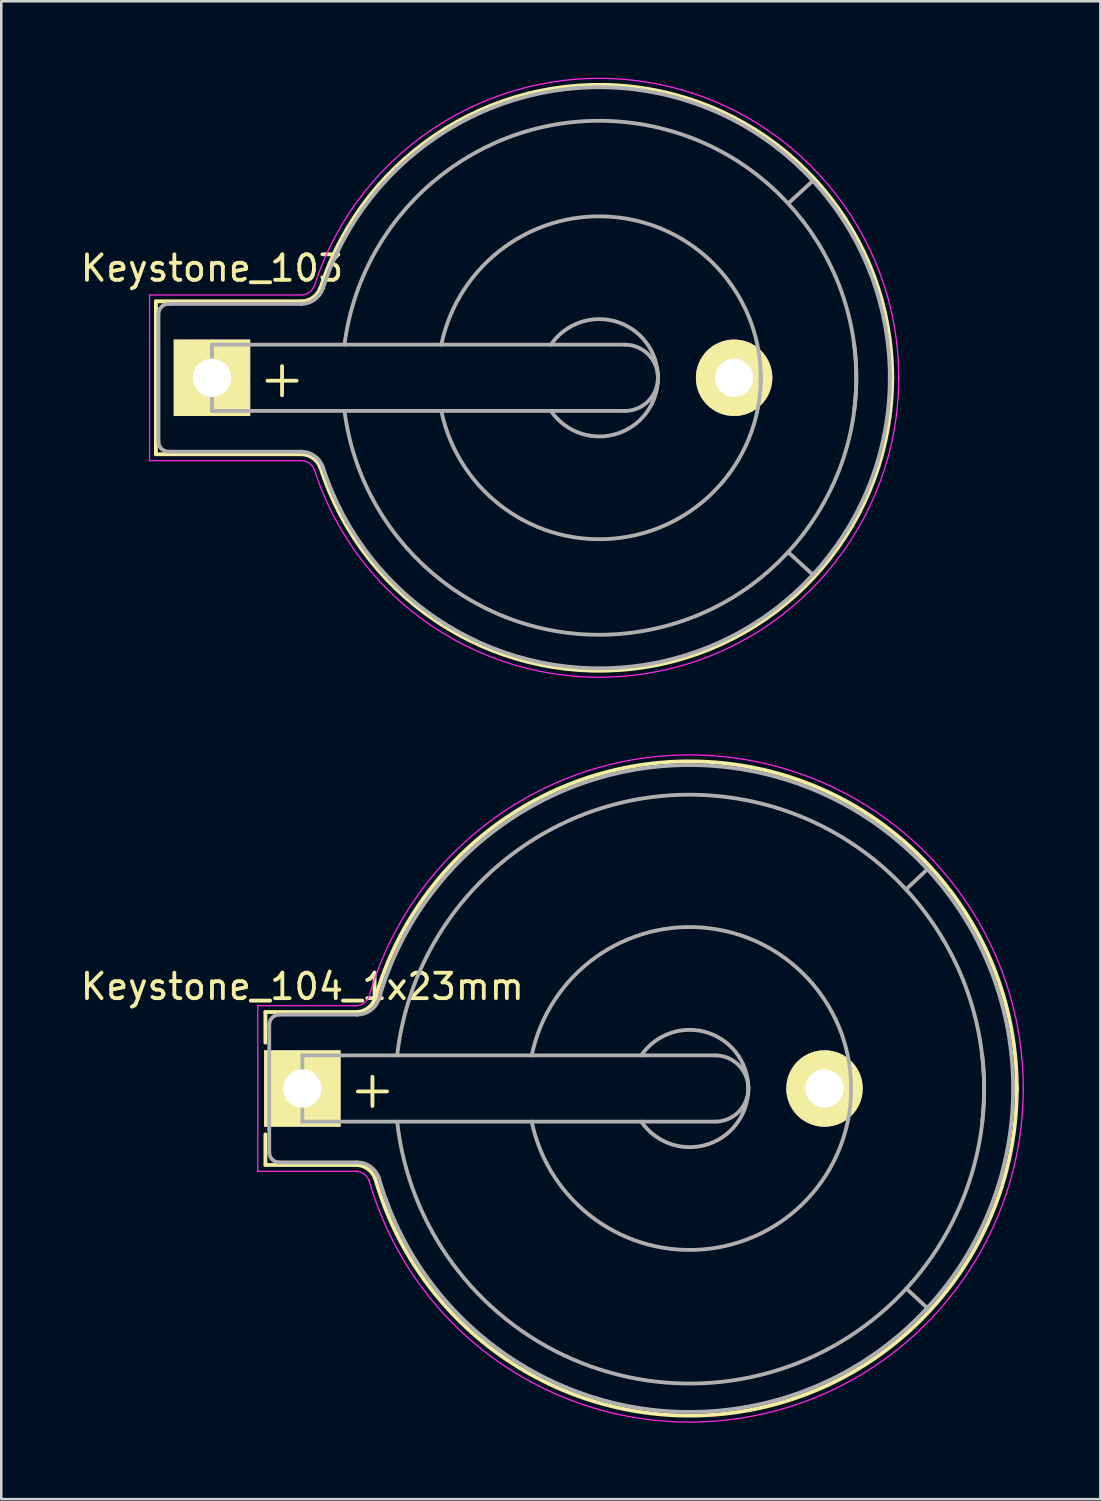
<source format=kicad_pcb>
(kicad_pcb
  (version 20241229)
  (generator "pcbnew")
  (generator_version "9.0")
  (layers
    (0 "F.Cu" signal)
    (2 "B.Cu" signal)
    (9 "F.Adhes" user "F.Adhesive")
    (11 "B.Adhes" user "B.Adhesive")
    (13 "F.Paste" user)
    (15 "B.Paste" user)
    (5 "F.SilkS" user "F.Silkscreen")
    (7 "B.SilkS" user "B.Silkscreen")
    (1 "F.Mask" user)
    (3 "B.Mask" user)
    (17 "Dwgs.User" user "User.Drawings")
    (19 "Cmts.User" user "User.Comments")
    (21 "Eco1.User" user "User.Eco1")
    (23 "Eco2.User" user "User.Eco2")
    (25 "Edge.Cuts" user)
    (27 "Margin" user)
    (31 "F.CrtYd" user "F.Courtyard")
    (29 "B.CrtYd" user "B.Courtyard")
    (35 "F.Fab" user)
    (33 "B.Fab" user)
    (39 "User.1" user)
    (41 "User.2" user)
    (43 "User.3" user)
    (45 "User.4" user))
  (footprint "Keystone_104_1x23mm"
    (layer "F.Cu")
    (at 8.815 39.665)
    (property "Reference" "Keystone_104_1x23mm" (at 0 -4 0) (layer "F.SilkS") (effects (font (size 1 1) (thickness 0.15))))
    (attr through_hole)
    (fp_line (start -1.45 -3) (end 2.15 -3) (stroke (width 0.15) (type solid)) (layer "F.SilkS"))
    (fp_line (start -1.45 -1.8) (end -1.45 -3) (stroke (width 0.15) (type solid)) (layer "F.SilkS"))
    (fp_line (start -1.45 1.8) (end -1.45 3) (stroke (width 0.15) (type solid)) (layer "F.SilkS"))
    (fp_line (start -1.45 3) (end 2.15 3) (stroke (width 0.15) (type solid)) (layer "F.SilkS"))
    (fp_arc (start 2.1 3) (mid 2.558861 3.144678) (end 2.851754 3.526384) (stroke (width 0.15) (type solid)) (layer "F.SilkS"))
    (fp_arc (start 2.85 -3.5) (mid 17.002622 -12.709172) (end 28.03617 0.072313) (stroke (width 0.15) (type solid)) (layer "F.SilkS"))
    (fp_arc (start 2.851754 -3.526384) (mid 2.558861 -3.144678) (end 2.1 -3) (stroke (width 0.15) (type solid)) (layer "F.SilkS"))
    (fp_arc (start 28.03617 -0.072313) (mid 17.002622 12.709172) (end 2.85 3.5) (stroke (width 0.15) (type solid)) (layer "F.SilkS"))
    (fp_line (start -1.75 -3.25) (end 2.15 -3.25) (stroke (width 0.05) (type solid)) (layer "F.CrtYd"))
    (fp_line (start -1.75 3.25) (end -1.75 -3.25) (stroke (width 0.05) (type solid)) (layer "F.CrtYd"))
    (fp_line (start -1.75 3.25) (end 2.15 3.25) (stroke (width 0.05) (type solid)) (layer "F.CrtYd"))
    (fp_arc (start 2.1 3.25) (mid 2.415467 3.349466) (end 2.616831 3.611889) (stroke (width 0.05) (type solid)) (layer "F.CrtYd"))
    (fp_arc (start 2.615 -3.6) (mid 17.013472 -12.963547) (end 28.289773 -0.008354) (stroke (width 0.05) (type solid)) (layer "F.CrtYd"))
    (fp_arc (start 2.616831 -3.611889) (mid 2.415467 -3.349466) (end 2.1 -3.25) (stroke (width 0.05) (type solid)) (layer "F.CrtYd"))
    (fp_arc (start 28.289773 0.008354) (mid 17.013472 12.963547) (end 2.615 3.6) (stroke (width 0.05) (type solid)) (layer "F.CrtYd"))
    (fp_line (start -1.3 -2.5) (end -1.3 2.5) (stroke (width 0.15) (type solid)) (layer "F.Fab"))
    (fp_line (start -0.9 2.9) (end 2.15 2.9) (stroke (width 0.15) (type solid)) (layer "F.Fab"))
    (fp_line (start 0 -1.3) (end 0 1.3) (stroke (width 0.15) (type solid)) (layer "F.Fab"))
    (fp_line (start 0 1.3) (end 16.2 1.3) (stroke (width 0.15) (type solid)) (layer "F.Fab"))
    (fp_line (start 2.15 -2.9) (end -0.9 -2.9) (stroke (width 0.15) (type solid)) (layer "F.Fab"))
    (fp_line (start 16.2 -1.3) (end 0 -1.3) (stroke (width 0.15) (type solid)) (layer "F.Fab"))
    (fp_line (start 23.698 7.849) (end 24.526 8.613) (stroke (width 0.15) (type solid)) (layer "F.Fab"))
    (fp_line (start 23.724 -7.849) (end 24.526 -8.601) (stroke (width 0.15) (type solid)) (layer "F.Fab"))
    (fp_arc (start -1.3 -2.5) (mid -1.182843 -2.782843) (end -0.9 -2.9) (stroke (width 0.15) (type solid)) (layer "F.Fab"))
    (fp_arc (start -0.9 2.9) (mid -1.182843 2.782843) (end -1.3 2.5) (stroke (width 0.15) (type solid)) (layer "F.Fab"))
    (fp_arc (start 2.15 2.9) (mid 2.666219 3.062763) (end 2.995723 3.492182) (stroke (width 0.15) (type solid)) (layer "F.Fab"))
    (fp_arc (start 2.995723 -3.492182) (mid 2.666219 -3.062763) (end 2.15 -2.9) (stroke (width 0.15) (type solid)) (layer "F.Fab"))
    (fp_arc (start 3 -3.5) (mid 16.968026 -12.568376) (end 27.892123 0.00164) (stroke (width 0.15) (type solid)) (layer "F.Fab"))
    (fp_arc (start 3.72 -1.3) (mid 16.5 -11.48) (end 26.68 1.3) (stroke (width 0.15) (type solid)) (layer "F.Fab"))
    (fp_arc (start 9 -1.3) (mid 15.954687 -6.28971) (end 21.531551 0.203631) (stroke (width 0.15) (type solid)) (layer "F.Fab"))
    (fp_arc (start 13.3 -1.3) (mid 15.963947 -2.171724) (end 17.495448 0.175833) (stroke (width 0.15) (type solid)) (layer "F.Fab"))
    (fp_arc (start 16.2 -1.3) (mid 17.5 0) (end 16.2 1.3) (stroke (width 0.15) (type solid)) (layer "F.Fab"))
    (fp_arc (start 17.495448 -0.175833) (mid 15.963947 2.171724) (end 13.3 1.3) (stroke (width 0.15) (type solid)) (layer "F.Fab"))
    (fp_arc (start 21.531551 -0.203631) (mid 15.954687 6.28971) (end 9 1.3) (stroke (width 0.15) (type solid)) (layer "F.Fab"))
    (fp_arc (start 26.68 -1.3) (mid 16.5 11.48) (end 3.72 1.3) (stroke (width 0.15) (type solid)) (layer "F.Fab"))
    (fp_arc (start 27.892123 -0.00164) (mid 16.968026 12.568376) (end 3 3.5) (stroke (width 0.15) (type solid)) (layer "F.Fab"))
    (fp_text user "+" (at 2.75 0 0) (layer "F.SilkS") (effects (font (size 1.5 1.5) (thickness 0.15))))
    (pad "1" thru_hole rect (at 0 0) (size 3 3) (drill 1.5) (layers "*.Cu" "*.Mask" "F.SilkS"))
    (pad "2" thru_hole circle (at 20.49 0) (size 3 3) (drill 1.5) (layers "*.Cu" "*.Mask" "F.SilkS")))
  (footprint "Keystone_103"
    (layer "F.Cu")
    (at 5.268 11.775)
    (property "Reference" "Keystone_103" (at 0 -4.3 0) (layer "F.SilkS") (effects (font (size 1 1) (thickness 0.15))))
    (attr through_hole)
    (fp_line (start -2.2 -3) (end 3.5 -3) (stroke (width 0.15) (type solid)) (layer "F.SilkS"))
    (fp_line (start -2.2 3) (end -2.2 -3) (stroke (width 0.15) (type solid)) (layer "F.SilkS"))
    (fp_line (start -2.2 3) (end 3.5 3) (stroke (width 0.15) (type solid)) (layer "F.SilkS"))
    (fp_arc (start 3.5 3) (mid 3.958861 3.144678) (end 4.251754 3.526384) (stroke (width 0.15) (type solid)) (layer "F.SilkS"))
    (fp_arc (start 4.25 -3.5) (mid 16.993514 -11.35499) (end 26.695671 0.045281) (stroke (width 0.15) (type solid)) (layer "F.SilkS"))
    (fp_arc (start 4.251754 -3.526384) (mid 3.958861 -3.144678) (end 3.5 -3) (stroke (width 0.15) (type solid)) (layer "F.SilkS"))
    (fp_arc (start 26.695671 -0.045281) (mid 16.993514 11.35499) (end 4.25 3.5) (stroke (width 0.15) (type solid)) (layer "F.SilkS"))
    (fp_line (start -2.45 -3.25) (end 3.5 -3.25) (stroke (width 0.05) (type solid)) (layer "F.CrtYd"))
    (fp_line (start -2.45 3.25) (end -2.45 -3.25) (stroke (width 0.05) (type solid)) (layer "F.CrtYd"))
    (fp_line (start -2.45 3.25) (end 3.5 3.25) (stroke (width 0.05) (type solid)) (layer "F.CrtYd"))
    (fp_arc (start 3.5 3.25) (mid 3.815467 3.349466) (end 4.016831 3.611889) (stroke (width 0.05) (type solid)) (layer "F.CrtYd"))
    (fp_arc (start 4.015 -3.6) (mid 17.056602 -11.602468) (end 26.949865 0.069987) (stroke (width 0.05) (type solid)) (layer "F.CrtYd"))
    (fp_arc (start 4.016831 -3.611889) (mid 3.815467 -3.349466) (end 3.5 -3.25) (stroke (width 0.05) (type solid)) (layer "F.CrtYd"))
    (fp_arc (start 26.949865 -0.069987) (mid 17.056602 11.602468) (end 4.015 3.6) (stroke (width 0.05) (type solid)) (layer "F.CrtYd"))
    (fp_line (start -2.1 -2.5) (end -2.1 2.5) (stroke (width 0.15) (type solid)) (layer "F.Fab"))
    (fp_line (start -1.7 2.9) (end 3.531 2.9) (stroke (width 0.15) (type solid)) (layer "F.Fab"))
    (fp_line (start 0 -1.3) (end 0 1.3) (stroke (width 0.15) (type solid)) (layer "F.Fab"))
    (fp_line (start 0 1.3) (end 16.2 1.3) (stroke (width 0.15) (type solid)) (layer "F.Fab"))
    (fp_line (start 3.531 -2.9) (end -1.7 -2.9) (stroke (width 0.15) (type solid)) (layer "F.Fab"))
    (fp_line (start 16.2 -1.3) (end 0 -1.3) (stroke (width 0.15) (type solid)) (layer "F.Fab"))
    (fp_line (start 23.571 -7.722) (end 22.631 -6.858) (stroke (width 0.15) (type solid)) (layer "F.Fab"))
    (fp_line (start 23.571 7.722) (end 22.657 6.883) (stroke (width 0.15) (type solid)) (layer "F.Fab"))
    (fp_arc (start -2.1 -2.5) (mid -1.982843 -2.782843) (end -1.7 -2.9) (stroke (width 0.15) (type solid)) (layer "F.Fab"))
    (fp_arc (start -1.7 2.9) (mid -1.982843 2.782843) (end -2.1 2.5) (stroke (width 0.15) (type solid)) (layer "F.Fab"))
    (fp_arc (start 3.5 2.9) (mid 4.016219 3.062763) (end 4.345723 3.492182) (stroke (width 0.15) (type solid)) (layer "F.Fab"))
    (fp_arc (start 4.345723 -3.492182) (mid 4.016219 -3.062763) (end 3.5 -2.9) (stroke (width 0.15) (type solid)) (layer "F.Fab"))
    (fp_arc (start 4.35 -3.5) (mid 17.008726 -11.256154) (end 26.600299 0.075351) (stroke (width 0.15) (type solid)) (layer "F.Fab"))
    (fp_arc (start 5.2 -1.3) (mid 16.5 -10) (end 25.2 1.3) (stroke (width 0.15) (type solid)) (layer "F.Fab"))
    (fp_arc (start 9 -1.3) (mid 15.954687 -6.28971) (end 21.531551 0.203631) (stroke (width 0.15) (type solid)) (layer "F.Fab"))
    (fp_arc (start 13.3 -1.3) (mid 15.963947 -2.171724) (end 17.495448 0.175833) (stroke (width 0.15) (type solid)) (layer "F.Fab"))
    (fp_arc (start 16.2 -1.3) (mid 17.5 0) (end 16.2 1.3) (stroke (width 0.15) (type solid)) (layer "F.Fab"))
    (fp_arc (start 17.495448 -0.175833) (mid 15.963947 2.171724) (end 13.3 1.3) (stroke (width 0.15) (type solid)) (layer "F.Fab"))
    (fp_arc (start 21.531551 -0.203631) (mid 15.954687 6.28971) (end 9 1.3) (stroke (width 0.15) (type solid)) (layer "F.Fab"))
    (fp_arc (start 25.2 -1.3) (mid 16.5 10) (end 5.2 1.3) (stroke (width 0.15) (type solid)) (layer "F.Fab"))
    (fp_arc (start 26.600299 -0.075351) (mid 17.008726 11.256154) (end 4.35 3.5) (stroke (width 0.15) (type solid)) (layer "F.Fab"))
    (fp_text user "+" (at 2.75 0 0) (layer "F.SilkS") (effects (font (size 1.5 1.5) (thickness 0.15))))
    (pad "1" thru_hole rect (at 0 0) (size 3 3) (drill 1.5) (layers "*.Cu" "*.Mask" "F.SilkS"))
    (pad "2" thru_hole circle (at 20.49 0) (size 3 3) (drill 1.5) (layers "*.Cu" "*.Mask" "F.SilkS")))
  (gr_rect
    (start -3 -3)
    (end 40.13 55.78)
    (stroke (width 0.1) (type default))
    (fill no)
    (layer "Edge.Cuts")))
</source>
